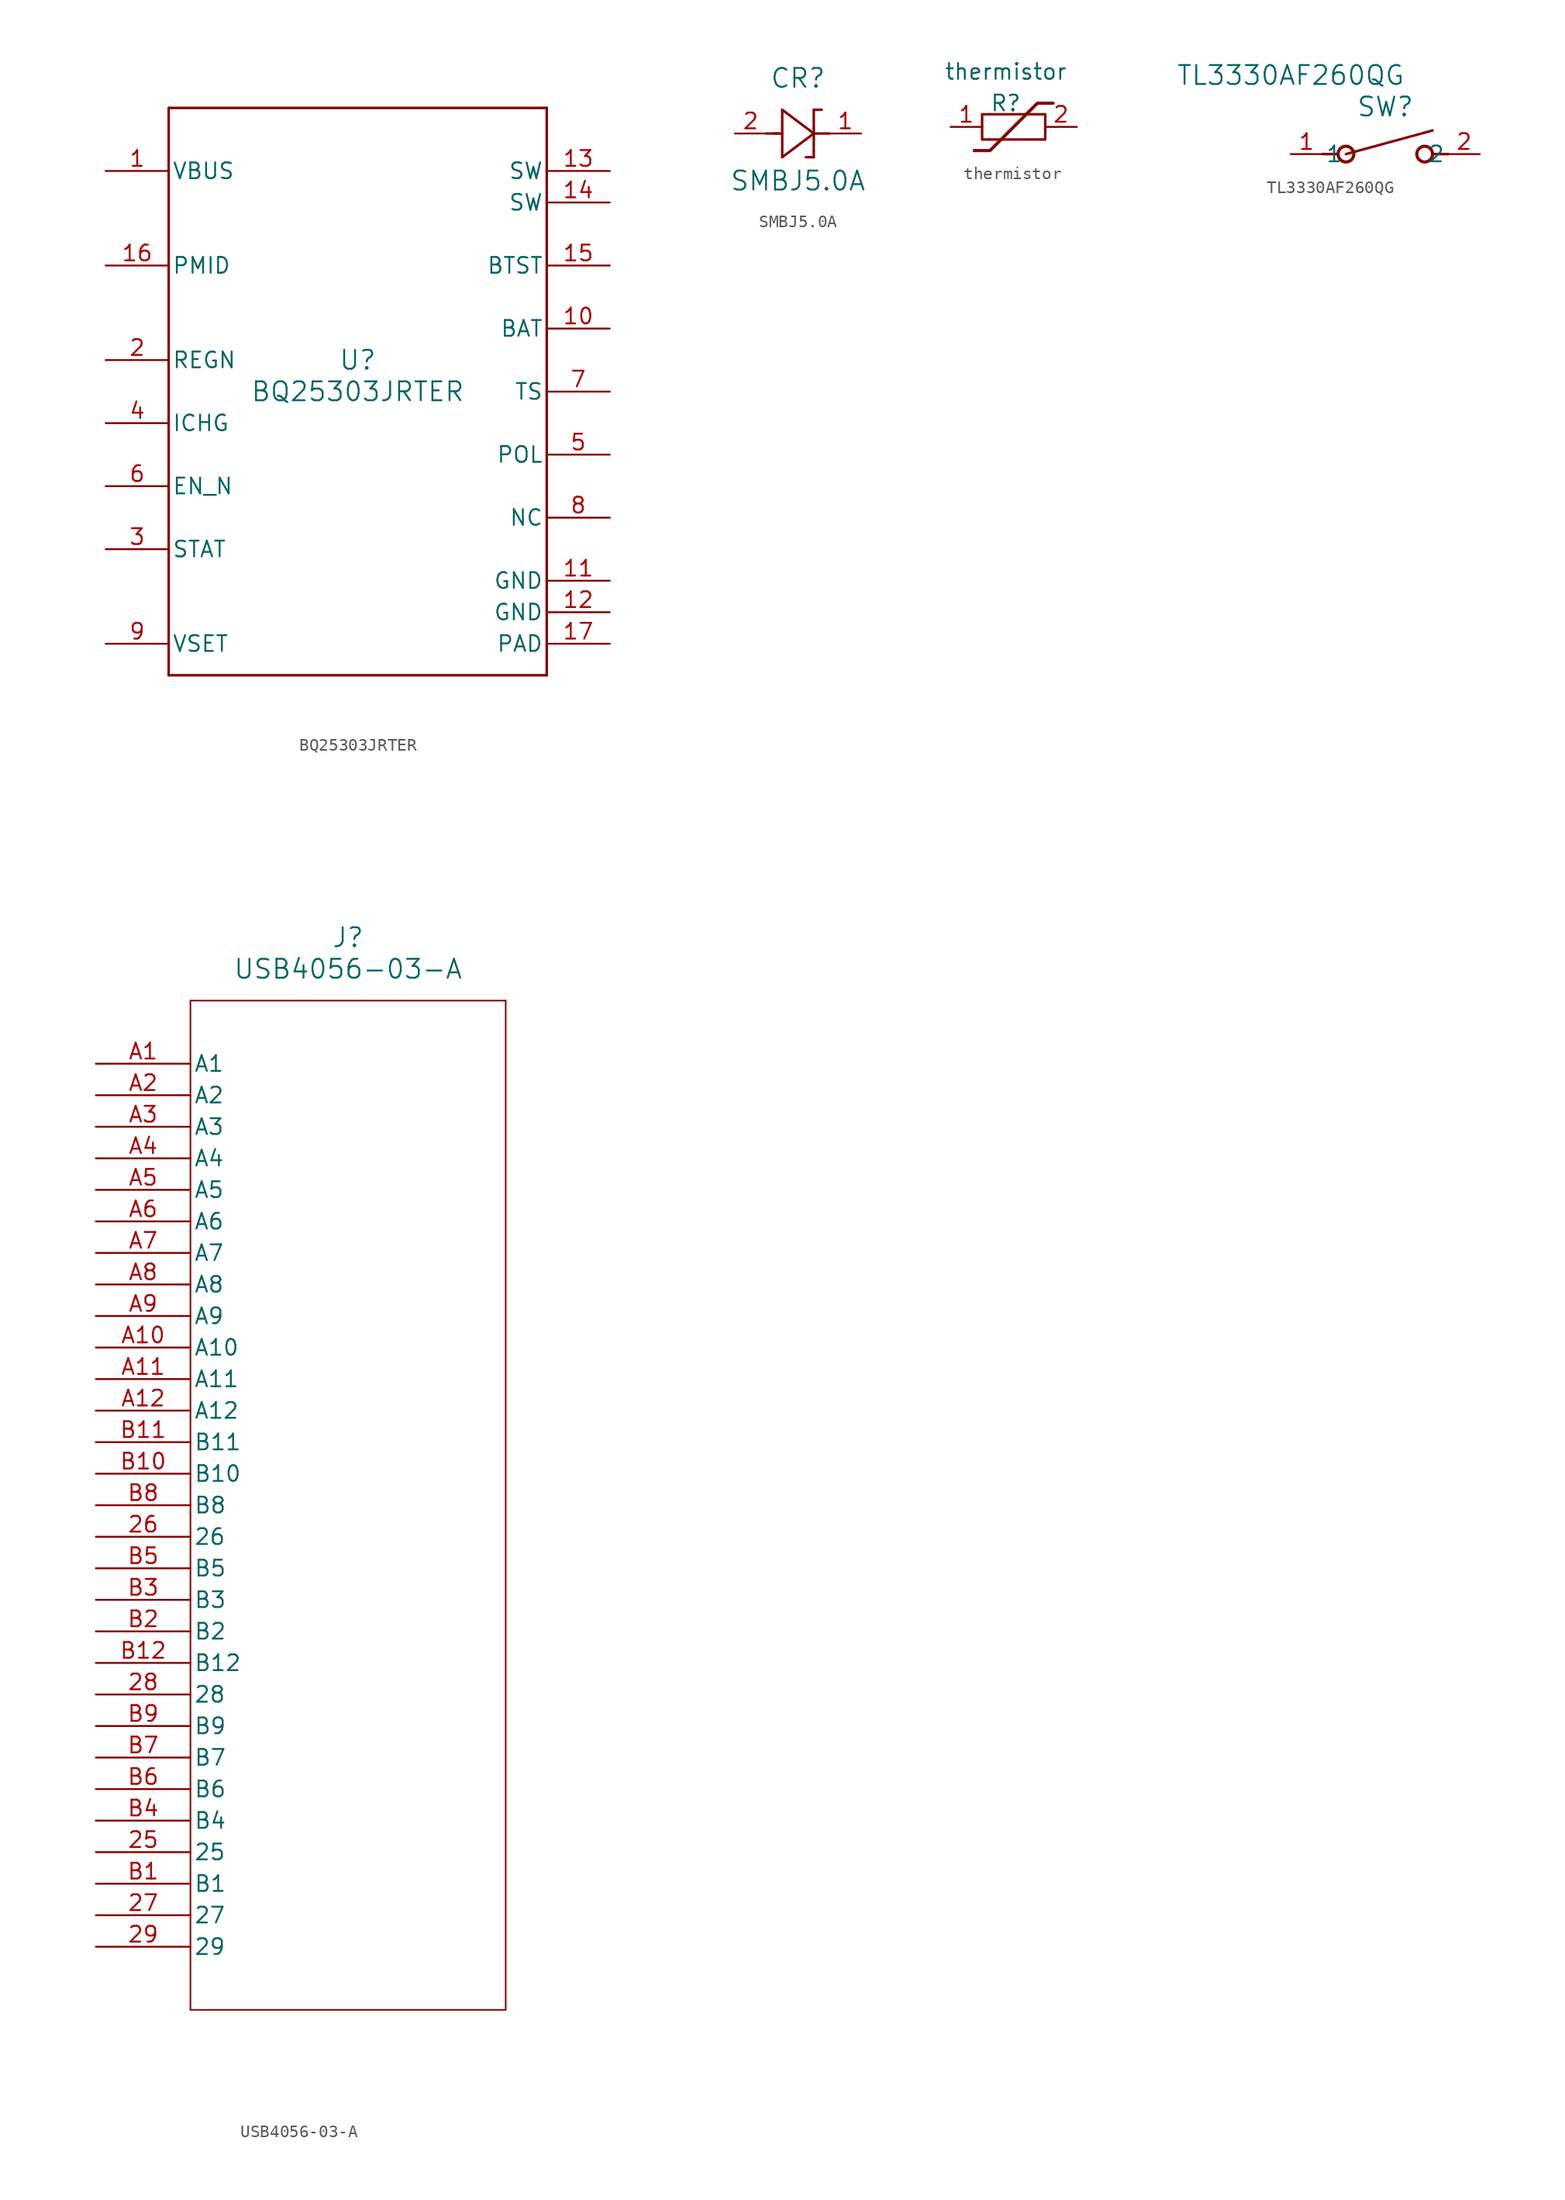
<source format=kicad_sym>
(kicad_symbol_lib
  (version 20241209)
  (generator "kicad_symbol_editor")
  (generator_version "9.0")
  (symbol "BQ25303JRTER"
    (pin_names
      (offset 0.254))
    (property "Reference" "U"
      (at 0 2.54 0)
      (effects (font (size 1.524 1.524))))
    (property "Value" "BQ25303JRTER"
      (at 0 0 0)
      (effects (font (size 1.524 1.524))))
    (property "ki_locked" ""
      (at 0 0 0)
      (effects (font (size 1.27 1.27))))
    (symbol "BQ25303JRTER_0_1"
      (polyline (pts (xy -15.24 22.86) (xy -15.24 -22.86)) (stroke (width 0.203) (type default)) (fill (type none)))
      (polyline (pts (xy -15.24 -22.86) (xy 15.24 -22.86)) (stroke (width 0.203) (type default)) (fill (type none)))
      (polyline (pts (xy 15.24 22.86) (xy -15.24 22.86)) (stroke (width 0.203) (type default)) (fill (type none)))
      (polyline (pts (xy 15.24 -22.86) (xy 15.24 22.86)) (stroke (width 0.203) (type default)) (fill (type none)))
      (pin power_in line (at -20.32 17.78 0) (length 5.08) (name "VBUS" (effects (font (size 1.27 1.27)))) (number "1" (effects (font (size 1.27 1.27)))))
      (pin output line (at -20.32 10.16 0) (length 5.08) (name "PMID" (effects (font (size 1.27 1.27)))) (number "16" (effects (font (size 1.27 1.27)))))
      (pin power_in line (at -20.32 2.54 0) (length 5.08) (name "REGN" (effects (font (size 1.27 1.27)))) (number "2" (effects (font (size 1.27 1.27)))))
      (pin output line (at -20.32 -2.54 0) (length 5.08) (name "ICHG" (effects (font (size 1.27 1.27)))) (number "4" (effects (font (size 1.27 1.27)))))
      (pin input line (at -20.32 -7.62 0) (length 5.08) (name "EN_N" (effects (font (size 1.27 1.27)))) (number "6" (effects (font (size 1.27 1.27)))))
      (pin open_collector line (at -20.32 -12.7 0) (length 5.08) (name "STAT" (effects (font (size 1.27 1.27)))) (number "3" (effects (font (size 1.27 1.27)))))
      (pin input line (at -20.32 -20.32 0) (length 5.08) (name "VSET" (effects (font (size 1.27 1.27)))) (number "9" (effects (font (size 1.27 1.27)))))
      (pin power_in line (at 20.32 17.78 180) (length 5.08) (name "SW" (effects (font (size 1.27 1.27)))) (number "13" (effects (font (size 1.27 1.27)))))
      (pin power_in line (at 20.32 15.24 180) (length 5.08) (name "SW" (effects (font (size 1.27 1.27)))) (number "14" (effects (font (size 1.27 1.27)))))
      (pin power_in line (at 20.32 10.16 180) (length 5.08) (name "BTST" (effects (font (size 1.27 1.27)))) (number "15" (effects (font (size 1.27 1.27)))))
      (pin power_in line (at 20.32 5.08 180) (length 5.08) (name "BAT" (effects (font (size 1.27 1.27)))) (number "10" (effects (font (size 1.27 1.27)))))
      (pin input line (at 20.32 0 180) (length 5.08) (name "TS" (effects (font (size 1.27 1.27)))) (number "7" (effects (font (size 1.27 1.27)))))
      (pin unspecified line (at 20.32 -5.08 180) (length 5.08) (name "POL" (effects (font (size 1.27 1.27)))) (number "5" (effects (font (size 1.27 1.27)))))
      (pin unspecified line (at 20.32 -10.16 180) (length 5.08) (name "NC" (effects (font (size 1.27 1.27)))) (number "8" (effects (font (size 1.27 1.27)))))
      (pin power_in line (at 20.32 -15.24 180) (length 5.08) (name "GND" (effects (font (size 1.27 1.27)))) (number "11" (effects (font (size 1.27 1.27)))))
      (pin power_in line (at 20.32 -17.78 180) (length 5.08) (name "GND" (effects (font (size 1.27 1.27)))) (number "12" (effects (font (size 1.27 1.27)))))
      (pin power_in line (at 20.32 -20.32 180) (length 5.08) (name "PAD" (effects (font (size 1.27 1.27)))) (number "17" (effects (font (size 1.27 1.27)))))))
  (symbol "SMBJ5.0A"
    (pin_names
      (offset 0.254))
    (property "Reference" "CR"
      (at 5.08 4.445 0)
      (effects (font (size 1.524 1.524))))
    (property "Value" "SMBJ5.0A"
      (at 5.08 -3.81 0)
      (effects (font (size 1.524 1.524))))
    (property "ki_locked" ""
      (at 0 0 0)
      (effects (font (size 1.27 1.27))))
    (symbol "SMBJ5.0A_0_1"
      (polyline (pts (xy 2.54 0) (xy 3.48 0)) (stroke (width 0.203) (type default)) (fill (type none)))
      (polyline (pts (xy 3.175 0) (xy 3.81 0)) (stroke (width 0.203) (type default)) (fill (type none)))
      (polyline (pts (xy 3.81 1.905) (xy 3.81 -1.905)) (stroke (width 0.203) (type default)) (fill (type none)))
      (polyline (pts (xy 3.81 -1.905) (xy 6.35 0)) (stroke (width 0.203) (type default)) (fill (type none)))
      (polyline (pts (xy 6.35 1.905) (xy 6.985 1.905)) (stroke (width 0.203) (type default)) (fill (type none)))
      (polyline (pts (xy 6.35 0) (xy 3.81 1.905)) (stroke (width 0.203) (type default)) (fill (type none)))
      (polyline (pts (xy 6.35 0) (xy 7.62 0)) (stroke (width 0.203) (type default)) (fill (type none)))
      (polyline (pts (xy 6.35 -1.905) (xy 5.715 -1.905)) (stroke (width 0.203) (type default)) (fill (type none)))
      (polyline (pts (xy 6.35 -1.905) (xy 6.35 1.905)) (stroke (width 0.203) (type default)) (fill (type none)))
      (pin unspecified line (at 0 0 0) (length 2.54) (name "" (effects (font (size 1.27 1.27)))) (number "2" (effects (font (size 1.27 1.27)))))
      (pin unspecified line (at 10.16 0 180) (length 2.54) (name "" (effects (font (size 1.27 1.27)))) (number "1" (effects (font (size 1.27 1.27)))))))
  (symbol "thermistor"
    (property "Reference" "R"
      (at 0 -1.27 0)
      (effects (font (size 1.27 1.27))))
    (property "Value" "thermistor"
      (at 0 1.27 0)
      (effects (font (size 1.27 1.27))))
    (symbol "thermistor_0_1"
      (polyline (pts (xy -2.54 -5.08) (xy -1.27 -5.08) (xy 2.54 -1.27) (xy 3.81 -1.27) (xy 3.81 -1.27)) (stroke (width 0.254) (type default)) (fill (type none)))
      (rectangle (start -1.905 -4.191) (end 3.175 -2.159) (stroke (width 0.203) (type default)) (fill (type none))))
    (symbol "thermistor_1_1"
      (pin passive line (at -4.445 -3.175 0) (length 2.54) (name "~" (effects (font (size 1.27 1.27)))) (number "1" (effects (font (size 1.27 1.27)))))
      (pin passive line (at 5.715 -3.175 180) (length 2.54) (name "~" (effects (font (size 1.27 1.27)))) (number "2" (effects (font (size 1.27 1.27)))))))
  (symbol "TL3330AF260QG"
    (pin_names
      (offset 0.254))
    (property "Reference" "SW"
      (at 7.62 3.81 0)
      (effects (font (size 1.524 1.524))))
    (property "Value" "TL3330AF260QG"
      (at 0 6.35 0)
      (effects (font (size 1.524 1.524))))
    (symbol "TL3330AF260QG_0_1"
      (polyline (pts (xy 2.54 0) (xy 3.81 0)) (stroke (width 0.203) (type default)) (fill (type none)))
      (polyline (pts (xy 4.445 0) (xy 11.43 1.905)) (stroke (width 0.203) (type default)) (fill (type none)))
      (circle (center 4.445 0) (radius 0.635) (stroke (width 0.254) (type default)) (fill (type none)))
      (circle (center 10.795 0) (radius 0.635) (stroke (width 0.254) (type default)) (fill (type none)))
      (polyline (pts (xy 12.7 0) (xy 11.43 0)) (stroke (width 0.203) (type default)) (fill (type none)))
      (pin unspecified line (at 0 0 0) (length 2.54) (name "1" (effects (font (size 1.27 1.27)))) (number "1" (effects (font (size 1.27 1.27)))))
      (pin unspecified line (at 15.24 0 180) (length 2.54) (name "2" (effects (font (size 1.27 1.27)))) (number "2" (effects (font (size 1.27 1.27)))))))
  (symbol "USB4056-03-A"
    (pin_names
      (offset 0.254))
    (property "Reference" "J"
      (at 20.32 10.16 0)
      (effects (font (size 1.524 1.524))))
    (property "Value" "USB4056-03-A"
      (at 20.32 7.62 0)
      (effects (font (size 1.524 1.524))))
    (symbol "USB4056-03-A_0_1"
      (polyline (pts (xy 7.62 5.08) (xy 7.62 -76.2)) (stroke (width 0.127) (type default)) (fill (type none)))
      (polyline (pts (xy 7.62 -76.2) (xy 33.02 -76.2)) (stroke (width 0.127) (type default)) (fill (type none)))
      (polyline (pts (xy 33.02 5.08) (xy 7.62 5.08)) (stroke (width 0.127) (type default)) (fill (type none)))
      (polyline (pts (xy 33.02 -76.2) (xy 33.02 5.08)) (stroke (width 0.127) (type default)) (fill (type none)))
      (pin unspecified line (at 0 0 0) (length 7.62) (name "A1" (effects (font (size 1.27 1.27)))) (number "A1" (effects (font (size 1.27 1.27)))))
      (pin unspecified line (at 0 -2.54 0) (length 7.62) (name "A2" (effects (font (size 1.27 1.27)))) (number "A2" (effects (font (size 1.27 1.27)))))
      (pin unspecified line (at 0 -5.08 0) (length 7.62) (name "A3" (effects (font (size 1.27 1.27)))) (number "A3" (effects (font (size 1.27 1.27)))))
      (pin unspecified line (at 0 -7.62 0) (length 7.62) (name "A4" (effects (font (size 1.27 1.27)))) (number "A4" (effects (font (size 1.27 1.27)))))
      (pin unspecified line (at 0 -10.16 0) (length 7.62) (name "A5" (effects (font (size 1.27 1.27)))) (number "A5" (effects (font (size 1.27 1.27)))))
      (pin unspecified line (at 0 -12.7 0) (length 7.62) (name "A6" (effects (font (size 1.27 1.27)))) (number "A6" (effects (font (size 1.27 1.27)))))
      (pin unspecified line (at 0 -15.24 0) (length 7.62) (name "A7" (effects (font (size 1.27 1.27)))) (number "A7" (effects (font (size 1.27 1.27)))))
      (pin unspecified line (at 0 -17.78 0) (length 7.62) (name "A8" (effects (font (size 1.27 1.27)))) (number "A8" (effects (font (size 1.27 1.27)))))
      (pin unspecified line (at 0 -20.32 0) (length 7.62) (name "A9" (effects (font (size 1.27 1.27)))) (number "A9" (effects (font (size 1.27 1.27)))))
      (pin unspecified line (at 0 -22.86 0) (length 7.62) (name "A10" (effects (font (size 1.27 1.27)))) (number "A10" (effects (font (size 1.27 1.27)))))
      (pin unspecified line (at 0 -25.4 0) (length 7.62) (name "A11" (effects (font (size 1.27 1.27)))) (number "A11" (effects (font (size 1.27 1.27)))))
      (pin unspecified line (at 0 -27.94 0) (length 7.62) (name "A12" (effects (font (size 1.27 1.27)))) (number "A12" (effects (font (size 1.27 1.27)))))
      (pin unspecified line (at 0 -30.48 0) (length 7.62) (name "B11" (effects (font (size 1.27 1.27)))) (number "B11" (effects (font (size 1.27 1.27)))))
      (pin unspecified line (at 0 -33.02 0) (length 7.62) (name "B10" (effects (font (size 1.27 1.27)))) (number "B10" (effects (font (size 1.27 1.27)))))
      (pin unspecified line (at 0 -35.56 0) (length 7.62) (name "B8" (effects (font (size 1.27 1.27)))) (number "B8" (effects (font (size 1.27 1.27)))))
      (pin unspecified line (at 0 -38.1 0) (length 7.62) (name "26" (effects (font (size 1.27 1.27)))) (number "26" (effects (font (size 1.27 1.27)))))
      (pin unspecified line (at 0 -40.64 0) (length 7.62) (name "B5" (effects (font (size 1.27 1.27)))) (number "B5" (effects (font (size 1.27 1.27)))))
      (pin unspecified line (at 0 -43.18 0) (length 7.62) (name "B3" (effects (font (size 1.27 1.27)))) (number "B3" (effects (font (size 1.27 1.27)))))
      (pin unspecified line (at 0 -45.72 0) (length 7.62) (name "B2" (effects (font (size 1.27 1.27)))) (number "B2" (effects (font (size 1.27 1.27)))))
      (pin unspecified line (at 0 -48.26 0) (length 7.62) (name "B12" (effects (font (size 1.27 1.27)))) (number "B12" (effects (font (size 1.27 1.27)))))
      (pin unspecified line (at 0 -50.8 0) (length 7.62) (name "28" (effects (font (size 1.27 1.27)))) (number "28" (effects (font (size 1.27 1.27)))))
      (pin unspecified line (at 0 -53.34 0) (length 7.62) (name "B9" (effects (font (size 1.27 1.27)))) (number "B9" (effects (font (size 1.27 1.27)))))
      (pin unspecified line (at 0 -55.88 0) (length 7.62) (name "B7" (effects (font (size 1.27 1.27)))) (number "B7" (effects (font (size 1.27 1.27)))))
      (pin unspecified line (at 0 -58.42 0) (length 7.62) (name "B6" (effects (font (size 1.27 1.27)))) (number "B6" (effects (font (size 1.27 1.27)))))
      (pin unspecified line (at 0 -60.96 0) (length 7.62) (name "B4" (effects (font (size 1.27 1.27)))) (number "B4" (effects (font (size 1.27 1.27)))))
      (pin unspecified line (at 0 -63.5 0) (length 7.62) (name "25" (effects (font (size 1.27 1.27)))) (number "25" (effects (font (size 1.27 1.27)))))
      (pin unspecified line (at 0 -66.04 0) (length 7.62) (name "B1" (effects (font (size 1.27 1.27)))) (number "B1" (effects (font (size 1.27 1.27)))))
      (pin unspecified line (at 0 -68.58 0) (length 7.62) (name "27" (effects (font (size 1.27 1.27)))) (number "27" (effects (font (size 1.27 1.27)))))
      (pin unspecified line (at 0 -71.12 0) (length 7.62) (name "29" (effects (font (size 1.27 1.27)))) (number "29" (effects (font (size 1.27 1.27))))))))
</source>
